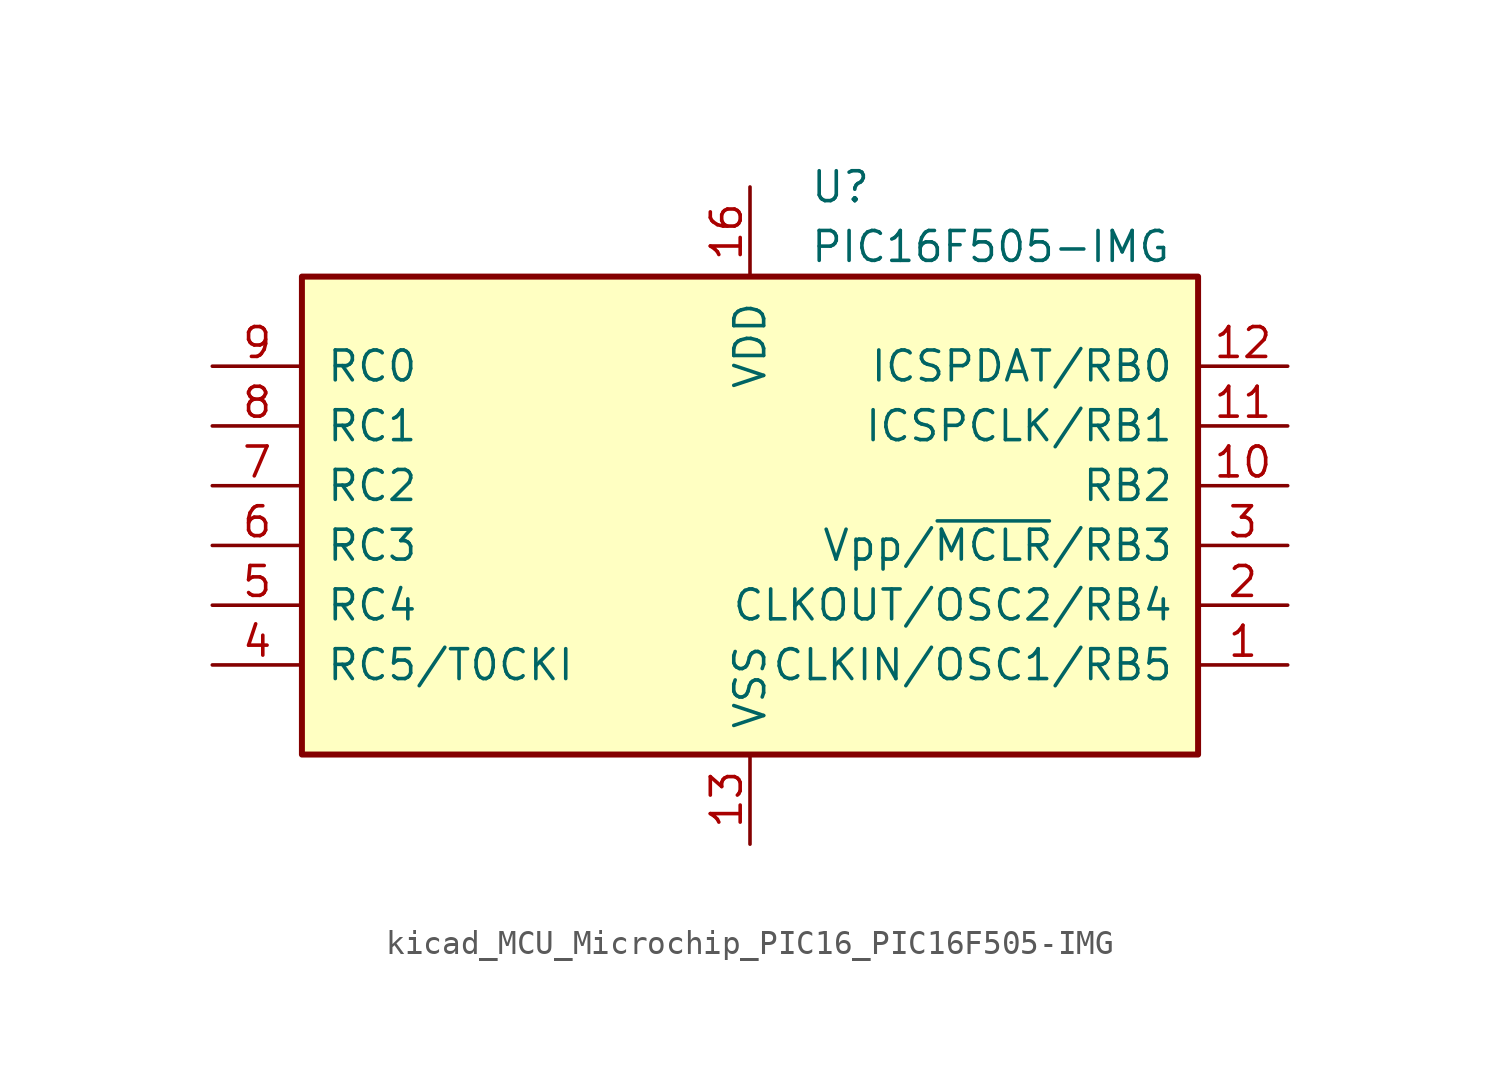
<source format=kicad_sym>
(kicad_symbol_lib
  (version 20220914)
  (generator kicad_symbol_editor)
  (symbol "kicad_MCU_Microchip_PIC16_PIC16F505-IMG"
    (pin_names
      (offset 1.016))
    (property "Reference" "U"
      (at 2.54 12.7 0)
      (effects (font (size 1.27 1.27)) (justify left)))
    (property "Value" "PIC16F505-IMG"
      (at 2.54 10.16 0)
      (effects (font (size 1.27 1.27)) (justify left)))
    (symbol "kicad_MCU_Microchip_PIC16_PIC16F505-IMG_0_1"
      (rectangle (start -19.05 8.89) (end 19.05 -11.43) (stroke (width 0.254) (type default)) (fill (type background))))
    (symbol "kicad_MCU_Microchip_PIC16_PIC16F505-IMG_1_1"
      (pin bidirectional line (at 22.86 -7.62 180) (length 3.81) (name "CLKIN/OSC1/RB5" (effects (font (size 1.27 1.27)))) (number "1" (effects (font (size 1.27 1.27)))))
      (pin bidirectional line (at 22.86 0 180) (length 3.81) (name "RB2" (effects (font (size 1.27 1.27)))) (number "10" (effects (font (size 1.27 1.27)))))
      (pin bidirectional line (at 22.86 2.54 180) (length 3.81) (name "ICSPCLK/RB1" (effects (font (size 1.27 1.27)))) (number "11" (effects (font (size 1.27 1.27)))))
      (pin bidirectional line (at 22.86 5.08 180) (length 3.81) (name "ICSPDAT/RB0" (effects (font (size 1.27 1.27)))) (number "12" (effects (font (size 1.27 1.27)))))
      (pin power_in line (at 0 -15.24 90) (length 3.81) (name "VSS" (effects (font (size 1.27 1.27)))) (number "13" (effects (font (size 1.27 1.27)))))
      (pin power_in line (at 0 12.7 270) (length 3.81) (name "VDD" (effects (font (size 1.27 1.27)))) (number "16" (effects (font (size 1.27 1.27)))))
      (pin bidirectional line (at 22.86 -5.08 180) (length 3.81) (name "CLKOUT/OSC2/RB4" (effects (font (size 1.27 1.27)))) (number "2" (effects (font (size 1.27 1.27)))))
      (pin input line (at 22.86 -2.54 180) (length 3.81) (name "Vpp/~{MCLR}/RB3" (effects (font (size 1.27 1.27)))) (number "3" (effects (font (size 1.27 1.27)))))
      (pin bidirectional line (at -22.86 -7.62 0) (length 3.81) (name "RC5/T0CKI" (effects (font (size 1.27 1.27)))) (number "4" (effects (font (size 1.27 1.27)))))
      (pin bidirectional line (at -22.86 -5.08 0) (length 3.81) (name "RC4" (effects (font (size 1.27 1.27)))) (number "5" (effects (font (size 1.27 1.27)))))
      (pin bidirectional line (at -22.86 -2.54 0) (length 3.81) (name "RC3" (effects (font (size 1.27 1.27)))) (number "6" (effects (font (size 1.27 1.27)))))
      (pin bidirectional line (at -22.86 0 0) (length 3.81) (name "RC2" (effects (font (size 1.27 1.27)))) (number "7" (effects (font (size 1.27 1.27)))))
      (pin bidirectional line (at -22.86 2.54 0) (length 3.81) (name "RC1" (effects (font (size 1.27 1.27)))) (number "8" (effects (font (size 1.27 1.27)))))
      (pin bidirectional line (at -22.86 5.08 0) (length 3.81) (name "RC0" (effects (font (size 1.27 1.27)))) (number "9" (effects (font (size 1.27 1.27))))))))
</source>
